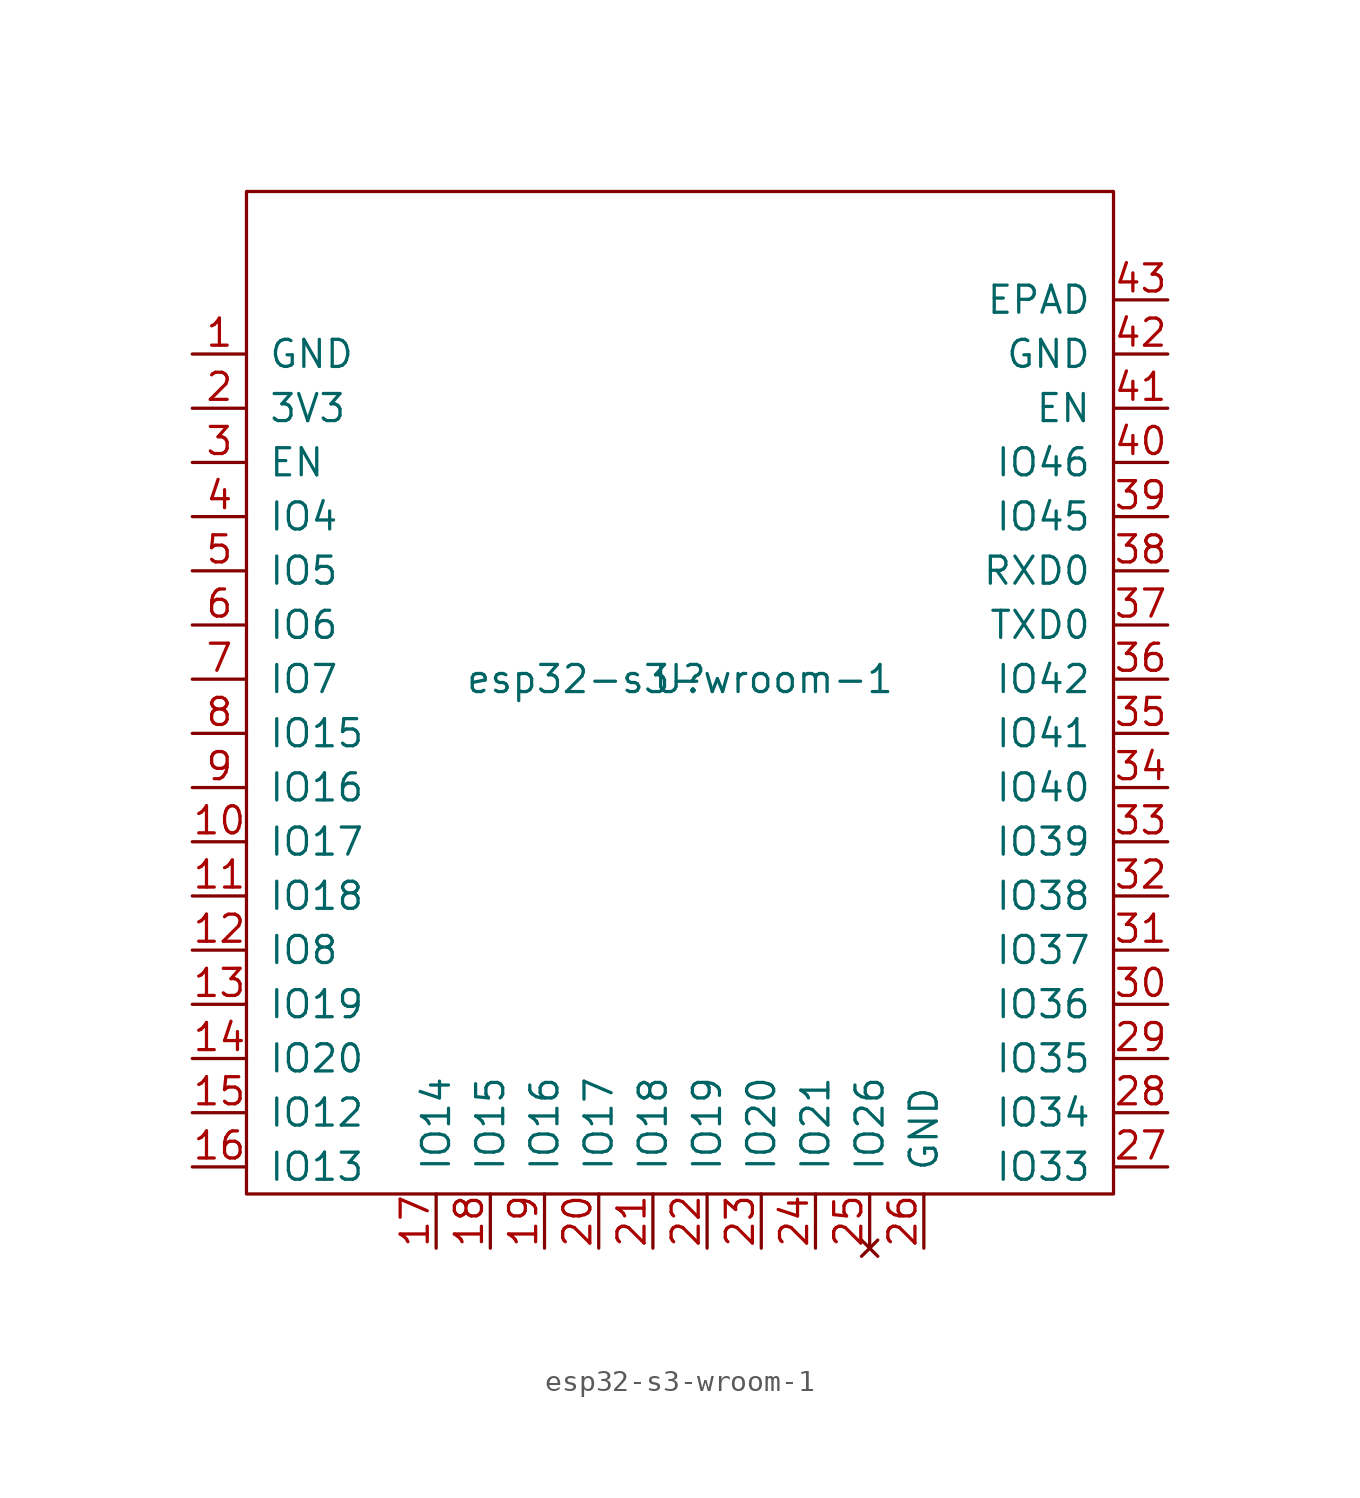
<source format=kicad_sym>
(kicad_symbol_lib
  (version 20211014)
  (generator kicad_symbol_editor)
  (symbol "esp32-s3-wroom-1"
    (pin_names
      (offset 1.016))
    (property "Reference" "U"
      (at 1.27 2.54 0)
      (effects (font (size 1.27 1.27))))
    (property "Value" "esp32-s3-wroom-1"
      (at 1.27 2.54 0)
      (effects (font (size 1.27 1.27))))
    (symbol "esp32-s3-wroom-1_0_1"
      (rectangle (start -19.05 25.4) (end 21.59 -21.59) (stroke (width 0) (type default) (color 0 0 0 0)) (fill (type none))))
    (symbol "esp32-s3-wroom-1_1_1"
      (pin passive line (at -21.59 17.78 0) (length 2.54) (name "GND" (effects (font (size 1.27 1.27)))) (number "1" (effects (font (size 1.27 1.27)))))
      (pin passive line (at -21.59 -5.08 0) (length 2.54) (name "IO17" (effects (font (size 1.27 1.27)))) (number "10" (effects (font (size 1.27 1.27)))))
      (pin passive line (at -21.59 -7.62 0) (length 2.54) (name "IO18" (effects (font (size 1.27 1.27)))) (number "11" (effects (font (size 1.27 1.27)))))
      (pin passive line (at -21.59 -10.16 0) (length 2.54) (name "IO8" (effects (font (size 1.27 1.27)))) (number "12" (effects (font (size 1.27 1.27)))))
      (pin passive line (at -21.59 -12.7 0) (length 2.54) (name "IO19" (effects (font (size 1.27 1.27)))) (number "13" (effects (font (size 1.27 1.27)))))
      (pin passive line (at -21.59 -15.24 0) (length 2.54) (name "IO20" (effects (font (size 1.27 1.27)))) (number "14" (effects (font (size 1.27 1.27)))))
      (pin passive line (at -21.59 -17.78 0) (length 2.54) (name "IO12" (effects (font (size 1.27 1.27)))) (number "15" (effects (font (size 1.27 1.27)))))
      (pin passive line (at -21.59 -20.32 0) (length 2.54) (name "IO13" (effects (font (size 1.27 1.27)))) (number "16" (effects (font (size 1.27 1.27)))))
      (pin passive line (at -10.16 -24.13 90) (length 2.54) (name "IO14" (effects (font (size 1.27 1.27)))) (number "17" (effects (font (size 1.27 1.27)))))
      (pin passive line (at -7.62 -24.13 90) (length 2.54) (name "IO15" (effects (font (size 1.27 1.27)))) (number "18" (effects (font (size 1.27 1.27)))))
      (pin passive line (at -5.08 -24.13 90) (length 2.54) (name "IO16" (effects (font (size 1.27 1.27)))) (number "19" (effects (font (size 1.27 1.27)))))
      (pin passive line (at -21.59 15.24 0) (length 2.54) (name "3V3" (effects (font (size 1.27 1.27)))) (number "2" (effects (font (size 1.27 1.27)))))
      (pin passive line (at -2.54 -24.13 90) (length 2.54) (name "IO17" (effects (font (size 1.27 1.27)))) (number "20" (effects (font (size 1.27 1.27)))))
      (pin passive line (at 0 -24.13 90) (length 2.54) (name "IO18" (effects (font (size 1.27 1.27)))) (number "21" (effects (font (size 1.27 1.27)))))
      (pin passive line (at 2.54 -24.13 90) (length 2.54) (name "IO19" (effects (font (size 1.27 1.27)))) (number "22" (effects (font (size 1.27 1.27)))))
      (pin passive line (at 5.08 -24.13 90) (length 2.54) (name "IO20" (effects (font (size 1.27 1.27)))) (number "23" (effects (font (size 1.27 1.27)))))
      (pin passive line (at 7.62 -24.13 90) (length 2.54) (name "IO21" (effects (font (size 1.27 1.27)))) (number "24" (effects (font (size 1.27 1.27)))))
      (pin no_connect line (at 10.16 -24.13 90) (length 2.54) (name "IO26" (effects (font (size 1.27 1.27)))) (number "25" (effects (font (size 1.27 1.27)))))
      (pin passive line (at 12.7 -24.13 90) (length 2.54) (name "GND" (effects (font (size 1.27 1.27)))) (number "26" (effects (font (size 1.27 1.27)))))
      (pin passive line (at 24.13 -20.32 180) (length 2.54) (name "IO33" (effects (font (size 1.27 1.27)))) (number "27" (effects (font (size 1.27 1.27)))))
      (pin passive line (at 24.13 -17.78 180) (length 2.54) (name "IO34" (effects (font (size 1.27 1.27)))) (number "28" (effects (font (size 1.27 1.27)))))
      (pin passive line (at 24.13 -15.24 180) (length 2.54) (name "IO35" (effects (font (size 1.27 1.27)))) (number "29" (effects (font (size 1.27 1.27)))))
      (pin passive line (at -21.59 12.7 0) (length 2.54) (name "EN" (effects (font (size 1.27 1.27)))) (number "3" (effects (font (size 1.27 1.27)))))
      (pin passive line (at 24.13 -12.7 180) (length 2.54) (name "IO36" (effects (font (size 1.27 1.27)))) (number "30" (effects (font (size 1.27 1.27)))))
      (pin passive line (at 24.13 -10.16 180) (length 2.54) (name "IO37" (effects (font (size 1.27 1.27)))) (number "31" (effects (font (size 1.27 1.27)))))
      (pin passive line (at 24.13 -7.62 180) (length 2.54) (name "IO38" (effects (font (size 1.27 1.27)))) (number "32" (effects (font (size 1.27 1.27)))))
      (pin passive line (at 24.13 -5.08 180) (length 2.54) (name "IO39" (effects (font (size 1.27 1.27)))) (number "33" (effects (font (size 1.27 1.27)))))
      (pin passive line (at 24.13 -2.54 180) (length 2.54) (name "IO40" (effects (font (size 1.27 1.27)))) (number "34" (effects (font (size 1.27 1.27)))))
      (pin passive line (at 24.13 0 180) (length 2.54) (name "IO41" (effects (font (size 1.27 1.27)))) (number "35" (effects (font (size 1.27 1.27)))))
      (pin passive line (at 24.13 2.54 180) (length 2.54) (name "IO42" (effects (font (size 1.27 1.27)))) (number "36" (effects (font (size 1.27 1.27)))))
      (pin passive line (at 24.13 5.08 180) (length 2.54) (name "TXD0" (effects (font (size 1.27 1.27)))) (number "37" (effects (font (size 1.27 1.27)))))
      (pin passive line (at 24.13 7.62 180) (length 2.54) (name "RXD0" (effects (font (size 1.27 1.27)))) (number "38" (effects (font (size 1.27 1.27)))))
      (pin passive line (at 24.13 10.16 180) (length 2.54) (name "IO45" (effects (font (size 1.27 1.27)))) (number "39" (effects (font (size 1.27 1.27)))))
      (pin passive line (at -21.59 10.16 0) (length 2.54) (name "IO4" (effects (font (size 1.27 1.27)))) (number "4" (effects (font (size 1.27 1.27)))))
      (pin passive line (at 24.13 12.7 180) (length 2.54) (name "IO46" (effects (font (size 1.27 1.27)))) (number "40" (effects (font (size 1.27 1.27)))))
      (pin passive line (at 24.13 15.24 180) (length 2.54) (name "EN" (effects (font (size 1.27 1.27)))) (number "41" (effects (font (size 1.27 1.27)))))
      (pin passive line (at 24.13 17.78 180) (length 2.54) (name "GND" (effects (font (size 1.27 1.27)))) (number "42" (effects (font (size 1.27 1.27)))))
      (pin passive line (at 24.13 20.32 180) (length 2.54) (name "EPAD" (effects (font (size 1.27 1.27)))) (number "43" (effects (font (size 1.27 1.27)))))
      (pin passive line (at -21.59 7.62 0) (length 2.54) (name "IO5" (effects (font (size 1.27 1.27)))) (number "5" (effects (font (size 1.27 1.27)))))
      (pin passive line (at -21.59 5.08 0) (length 2.54) (name "IO6" (effects (font (size 1.27 1.27)))) (number "6" (effects (font (size 1.27 1.27)))))
      (pin passive line (at -21.59 2.54 0) (length 2.54) (name "IO7" (effects (font (size 1.27 1.27)))) (number "7" (effects (font (size 1.27 1.27)))))
      (pin passive line (at -21.59 0 0) (length 2.54) (name "IO15" (effects (font (size 1.27 1.27)))) (number "8" (effects (font (size 1.27 1.27)))))
      (pin passive line (at -21.59 -2.54 0) (length 2.54) (name "IO16" (effects (font (size 1.27 1.27)))) (number "9" (effects (font (size 1.27 1.27))))))))
</source>
